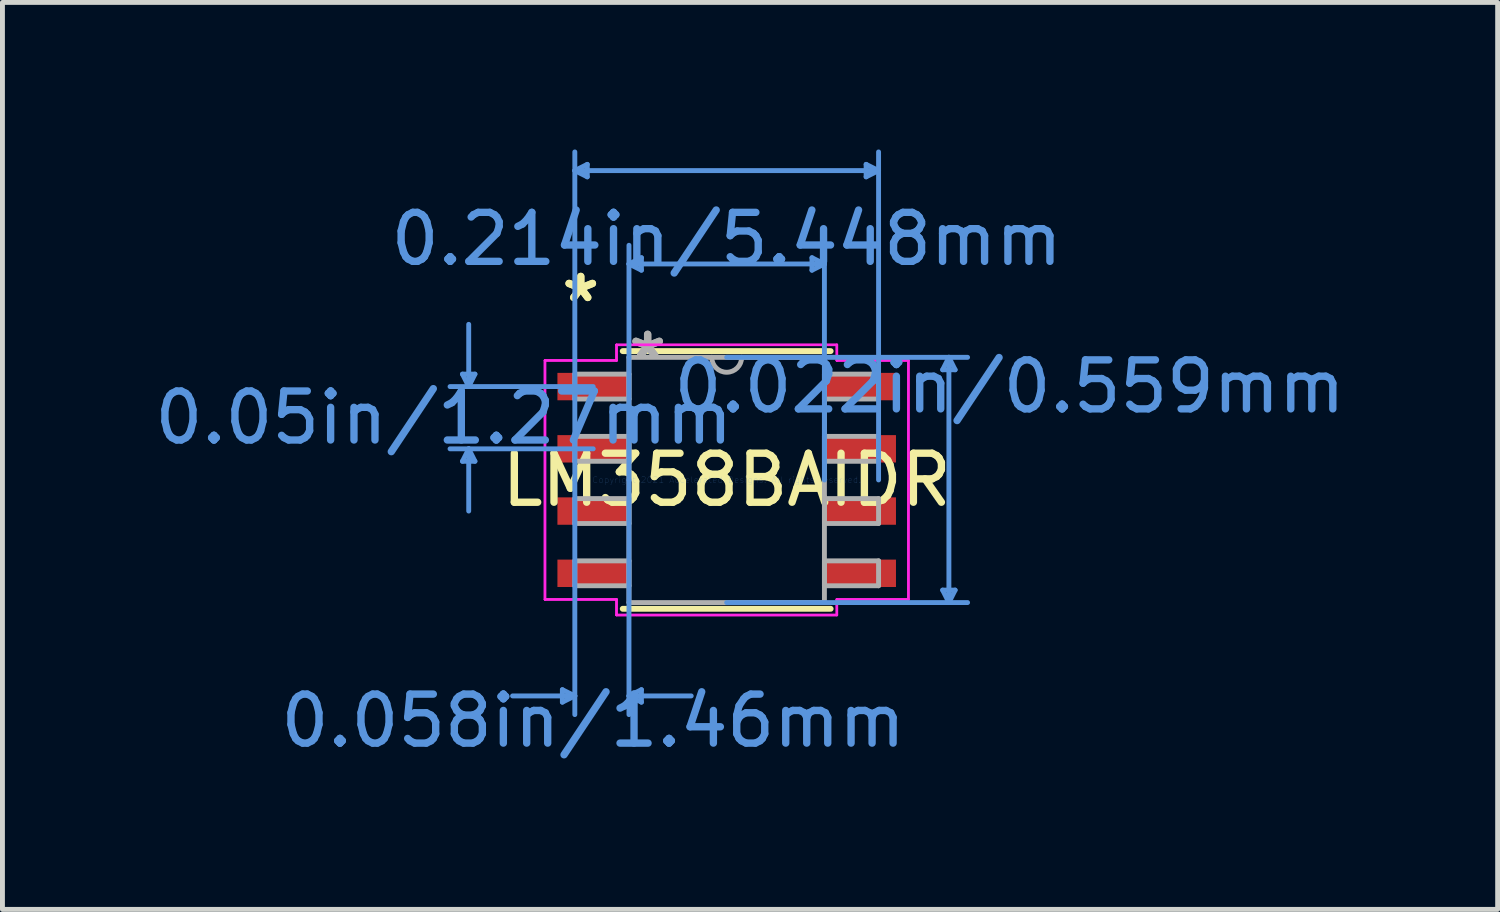
<source format=kicad_pcb>
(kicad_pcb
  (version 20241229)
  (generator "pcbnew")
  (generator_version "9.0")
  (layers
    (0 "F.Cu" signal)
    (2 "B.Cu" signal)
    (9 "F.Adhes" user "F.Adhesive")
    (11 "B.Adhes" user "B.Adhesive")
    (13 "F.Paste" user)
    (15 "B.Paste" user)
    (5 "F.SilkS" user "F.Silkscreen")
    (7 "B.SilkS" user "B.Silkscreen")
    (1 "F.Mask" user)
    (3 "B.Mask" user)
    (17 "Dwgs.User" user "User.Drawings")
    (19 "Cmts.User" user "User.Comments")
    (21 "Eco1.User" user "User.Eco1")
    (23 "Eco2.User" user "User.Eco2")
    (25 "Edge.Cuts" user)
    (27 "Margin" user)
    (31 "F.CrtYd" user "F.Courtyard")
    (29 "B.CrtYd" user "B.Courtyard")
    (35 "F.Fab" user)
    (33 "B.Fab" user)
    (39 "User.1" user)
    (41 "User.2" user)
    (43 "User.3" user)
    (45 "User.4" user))
  (footprint "LM358BAIDR"
    (layer "F.Cu")
    (at 11.778 6.743)
    (property "Reference" "LM358BAIDR" (at 0 0 0) (layer "F.SilkS") (effects (font (size 1 1) (thickness 0.15))))
    (attr through_hole)
    (fp_line (start -2.121 2.629) (end 2.121 2.629) (stroke (width 0.12) (type solid)) (layer "F.SilkS"))
    (fp_line (start 2.121 -2.629) (end -2.121 -2.629) (stroke (width 0.12) (type solid)) (layer "F.SilkS"))
    (fp_line (start -5.391 -2.159) (end -5.137 -2.159) (stroke (width 0.1) (type solid)) (layer "Cmts.User"))
    (fp_line (start -5.391 -0.381) (end -5.137 -0.381) (stroke (width 0.1) (type solid)) (layer "Cmts.User"))
    (fp_line (start -5.264 -1.905) (end -5.391 -2.159) (stroke (width 0.1) (type solid)) (layer "Cmts.User"))
    (fp_line (start -5.264 -1.905) (end -5.264 -3.175) (stroke (width 0.1) (type solid)) (layer "Cmts.User"))
    (fp_line (start -5.264 -1.905) (end -5.137 -2.159) (stroke (width 0.1) (type solid)) (layer "Cmts.User"))
    (fp_line (start -5.264 -0.635) (end -5.391 -0.381) (stroke (width 0.1) (type solid)) (layer "Cmts.User"))
    (fp_line (start -5.264 -0.635) (end -5.264 0.635) (stroke (width 0.1) (type solid)) (layer "Cmts.User"))
    (fp_line (start -5.264 -0.635) (end -5.137 -0.381) (stroke (width 0.1) (type solid)) (layer "Cmts.User"))
    (fp_line (start -3.353 4.28) (end -3.353 4.534) (stroke (width 0.1) (type solid)) (layer "Cmts.User"))
    (fp_line (start -3.099 -6.312) (end -2.845 -6.439) (stroke (width 0.1) (type solid)) (layer "Cmts.User"))
    (fp_line (start -3.099 -6.312) (end -2.845 -6.185) (stroke (width 0.1) (type solid)) (layer "Cmts.User"))
    (fp_line (start -3.099 -6.312) (end 3.099 -6.312) (stroke (width 0.1) (type solid)) (layer "Cmts.User"))
    (fp_line (start -3.099 0) (end -3.099 -6.693) (stroke (width 0.1) (type solid)) (layer "Cmts.User"))
    (fp_line (start -3.099 0) (end -3.099 4.788) (stroke (width 0.1) (type solid)) (layer "Cmts.User"))
    (fp_line (start -3.099 4.407) (end -4.369 4.407) (stroke (width 0.1) (type solid)) (layer "Cmts.User"))
    (fp_line (start -3.099 4.407) (end -3.353 4.28) (stroke (width 0.1) (type solid)) (layer "Cmts.User"))
    (fp_line (start -3.099 4.407) (end -3.353 4.534) (stroke (width 0.1) (type solid)) (layer "Cmts.User"))
    (fp_line (start -2.845 -6.439) (end -2.845 -6.185) (stroke (width 0.1) (type solid)) (layer "Cmts.User"))
    (fp_line (start -2.724 -1.905) (end -5.645 -1.905) (stroke (width 0.1) (type solid)) (layer "Cmts.User"))
    (fp_line (start -2.724 -0.635) (end -5.645 -0.635) (stroke (width 0.1) (type solid)) (layer "Cmts.User"))
    (fp_line (start -1.994 -4.407) (end -1.74 -4.534) (stroke (width 0.1) (type solid)) (layer "Cmts.User"))
    (fp_line (start -1.994 -4.407) (end -1.74 -4.28) (stroke (width 0.1) (type solid)) (layer "Cmts.User"))
    (fp_line (start -1.994 -4.407) (end 1.994 -4.407) (stroke (width 0.1) (type solid)) (layer "Cmts.User"))
    (fp_line (start -1.994 0) (end -1.994 -4.788) (stroke (width 0.1) (type solid)) (layer "Cmts.User"))
    (fp_line (start -1.994 0) (end -1.994 4.788) (stroke (width 0.1) (type solid)) (layer "Cmts.User"))
    (fp_line (start -1.994 4.407) (end -1.74 4.28) (stroke (width 0.1) (type solid)) (layer "Cmts.User"))
    (fp_line (start -1.994 4.407) (end -1.74 4.534) (stroke (width 0.1) (type solid)) (layer "Cmts.User"))
    (fp_line (start -1.994 4.407) (end -0.724 4.407) (stroke (width 0.1) (type solid)) (layer "Cmts.User"))
    (fp_line (start -1.74 -4.534) (end -1.74 -4.28) (stroke (width 0.1) (type solid)) (layer "Cmts.User"))
    (fp_line (start -1.74 4.28) (end -1.74 4.534) (stroke (width 0.1) (type solid)) (layer "Cmts.User"))
    (fp_line (start 0 -2.502) (end 4.915 -2.502) (stroke (width 0.1) (type solid)) (layer "Cmts.User"))
    (fp_line (start 0 2.502) (end 4.915 2.502) (stroke (width 0.1) (type solid)) (layer "Cmts.User"))
    (fp_line (start 1.74 -4.534) (end 1.74 -4.28) (stroke (width 0.1) (type solid)) (layer "Cmts.User"))
    (fp_line (start 1.994 -4.407) (end 1.74 -4.534) (stroke (width 0.1) (type solid)) (layer "Cmts.User"))
    (fp_line (start 1.994 -4.407) (end 1.74 -4.28) (stroke (width 0.1) (type solid)) (layer "Cmts.User"))
    (fp_line (start 1.994 0) (end 1.994 -4.788) (stroke (width 0.1) (type solid)) (layer "Cmts.User"))
    (fp_line (start 2.845 -6.439) (end 2.845 -6.185) (stroke (width 0.1) (type solid)) (layer "Cmts.User"))
    (fp_line (start 3.099 -6.312) (end 2.845 -6.439) (stroke (width 0.1) (type solid)) (layer "Cmts.User"))
    (fp_line (start 3.099 -6.312) (end 2.845 -6.185) (stroke (width 0.1) (type solid)) (layer "Cmts.User"))
    (fp_line (start 3.099 0) (end 3.099 -6.693) (stroke (width 0.1) (type solid)) (layer "Cmts.User"))
    (fp_line (start 4.407 -2.248) (end 4.661 -2.248) (stroke (width 0.1) (type solid)) (layer "Cmts.User"))
    (fp_line (start 4.407 2.248) (end 4.661 2.248) (stroke (width 0.1) (type solid)) (layer "Cmts.User"))
    (fp_line (start 4.534 -2.502) (end 4.407 -2.248) (stroke (width 0.1) (type solid)) (layer "Cmts.User"))
    (fp_line (start 4.534 -2.502) (end 4.534 2.502) (stroke (width 0.1) (type solid)) (layer "Cmts.User"))
    (fp_line (start 4.534 -2.502) (end 4.661 -2.248) (stroke (width 0.1) (type solid)) (layer "Cmts.User"))
    (fp_line (start 4.534 2.502) (end 4.407 2.248) (stroke (width 0.1) (type solid)) (layer "Cmts.User"))
    (fp_line (start 4.534 2.502) (end 4.661 2.248) (stroke (width 0.1) (type solid)) (layer "Cmts.User"))
    (fp_line (start -3.708 -2.438) (end -2.248 -2.438) (stroke (width 0.05) (type solid)) (layer "F.CrtYd"))
    (fp_line (start -3.708 -2.438) (end -2.248 -2.438) (stroke (width 0.05) (type solid)) (layer "F.CrtYd"))
    (fp_line (start -3.708 2.438) (end -3.708 -2.438) (stroke (width 0.05) (type solid)) (layer "F.CrtYd"))
    (fp_line (start -3.708 2.438) (end -3.708 -2.438) (stroke (width 0.05) (type solid)) (layer "F.CrtYd"))
    (fp_line (start -3.708 2.438) (end -2.248 2.438) (stroke (width 0.05) (type solid)) (layer "F.CrtYd"))
    (fp_line (start -2.248 -2.756) (end 2.248 -2.756) (stroke (width 0.05) (type solid)) (layer "F.CrtYd"))
    (fp_line (start -2.248 -2.756) (end 2.248 -2.756) (stroke (width 0.05) (type solid)) (layer "F.CrtYd"))
    (fp_line (start -2.248 -2.438) (end -2.248 -2.756) (stroke (width 0.05) (type solid)) (layer "F.CrtYd"))
    (fp_line (start -2.248 -2.438) (end -2.248 -2.756) (stroke (width 0.05) (type solid)) (layer "F.CrtYd"))
    (fp_line (start -2.248 2.438) (end -3.708 2.438) (stroke (width 0.05) (type solid)) (layer "F.CrtYd"))
    (fp_line (start -2.248 2.756) (end -2.248 2.438) (stroke (width 0.05) (type solid)) (layer "F.CrtYd"))
    (fp_line (start -2.248 2.756) (end -2.248 2.438) (stroke (width 0.05) (type solid)) (layer "F.CrtYd"))
    (fp_line (start 2.248 -2.756) (end 2.248 -2.438) (stroke (width 0.05) (type solid)) (layer "F.CrtYd"))
    (fp_line (start 2.248 -2.756) (end 2.248 -2.438) (stroke (width 0.05) (type solid)) (layer "F.CrtYd"))
    (fp_line (start 2.248 -2.438) (end 3.708 -2.438) (stroke (width 0.05) (type solid)) (layer "F.CrtYd"))
    (fp_line (start 2.248 2.438) (end 2.248 2.756) (stroke (width 0.05) (type solid)) (layer "F.CrtYd"))
    (fp_line (start 2.248 2.438) (end 2.248 2.756) (stroke (width 0.05) (type solid)) (layer "F.CrtYd"))
    (fp_line (start 2.248 2.756) (end -2.248 2.756) (stroke (width 0.05) (type solid)) (layer "F.CrtYd"))
    (fp_line (start 2.248 2.756) (end -2.248 2.756) (stroke (width 0.05) (type solid)) (layer "F.CrtYd"))
    (fp_line (start 3.708 -2.438) (end 2.248 -2.438) (stroke (width 0.05) (type solid)) (layer "F.CrtYd"))
    (fp_line (start 3.708 -2.438) (end 3.708 2.438) (stroke (width 0.05) (type solid)) (layer "F.CrtYd"))
    (fp_line (start 3.708 -2.438) (end 3.708 2.438) (stroke (width 0.05) (type solid)) (layer "F.CrtYd"))
    (fp_line (start 3.708 2.438) (end 2.248 2.438) (stroke (width 0.05) (type solid)) (layer "F.CrtYd"))
    (fp_line (start 3.708 2.438) (end 2.248 2.438) (stroke (width 0.05) (type solid)) (layer "F.CrtYd"))
    (fp_line (start -3.099 -2.159) (end -3.099 -1.651) (stroke (width 0.1) (type solid)) (layer "F.Fab"))
    (fp_line (start -3.099 -1.651) (end -1.994 -1.651) (stroke (width 0.1) (type solid)) (layer "F.Fab"))
    (fp_line (start -3.099 -0.889) (end -3.099 -0.381) (stroke (width 0.1) (type solid)) (layer "F.Fab"))
    (fp_line (start -3.099 -0.381) (end -1.994 -0.381) (stroke (width 0.1) (type solid)) (layer "F.Fab"))
    (fp_line (start -3.099 0.381) (end -3.099 0.889) (stroke (width 0.1) (type solid)) (layer "F.Fab"))
    (fp_line (start -3.099 0.889) (end -1.994 0.889) (stroke (width 0.1) (type solid)) (layer "F.Fab"))
    (fp_line (start -3.099 1.651) (end -3.099 2.159) (stroke (width 0.1) (type solid)) (layer "F.Fab"))
    (fp_line (start -3.099 2.159) (end -1.994 2.159) (stroke (width 0.1) (type solid)) (layer "F.Fab"))
    (fp_line (start -1.994 -2.502) (end -1.994 2.502) (stroke (width 0.1) (type solid)) (layer "F.Fab"))
    (fp_line (start -1.994 -2.159) (end -3.099 -2.159) (stroke (width 0.1) (type solid)) (layer "F.Fab"))
    (fp_line (start -1.994 -1.651) (end -1.994 -2.159) (stroke (width 0.1) (type solid)) (layer "F.Fab"))
    (fp_line (start -1.994 -0.889) (end -3.099 -0.889) (stroke (width 0.1) (type solid)) (layer "F.Fab"))
    (fp_line (start -1.994 -0.381) (end -1.994 -0.889) (stroke (width 0.1) (type solid)) (layer "F.Fab"))
    (fp_line (start -1.994 0.381) (end -3.099 0.381) (stroke (width 0.1) (type solid)) (layer "F.Fab"))
    (fp_line (start -1.994 0.889) (end -1.994 0.381) (stroke (width 0.1) (type solid)) (layer "F.Fab"))
    (fp_line (start -1.994 1.651) (end -3.099 1.651) (stroke (width 0.1) (type solid)) (layer "F.Fab"))
    (fp_line (start -1.994 2.159) (end -1.994 1.651) (stroke (width 0.1) (type solid)) (layer "F.Fab"))
    (fp_line (start -1.994 2.502) (end 1.994 2.502) (stroke (width 0.1) (type solid)) (layer "F.Fab"))
    (fp_line (start 1.994 -2.502) (end -1.994 -2.502) (stroke (width 0.1) (type solid)) (layer "F.Fab"))
    (fp_line (start 1.994 -2.159) (end 1.994 -1.651) (stroke (width 0.1) (type solid)) (layer "F.Fab"))
    (fp_line (start 1.994 -1.651) (end 3.099 -1.651) (stroke (width 0.1) (type solid)) (layer "F.Fab"))
    (fp_line (start 1.994 -0.889) (end 1.994 -0.381) (stroke (width 0.1) (type solid)) (layer "F.Fab"))
    (fp_line (start 1.994 -0.381) (end 3.099 -0.381) (stroke (width 0.1) (type solid)) (layer "F.Fab"))
    (fp_line (start 1.994 0.381) (end 1.994 0.889) (stroke (width 0.1) (type solid)) (layer "F.Fab"))
    (fp_line (start 1.994 0.889) (end 3.099 0.889) (stroke (width 0.1) (type solid)) (layer "F.Fab"))
    (fp_line (start 1.994 1.651) (end 1.994 2.159) (stroke (width 0.1) (type solid)) (layer "F.Fab"))
    (fp_line (start 1.994 2.159) (end 3.099 2.159) (stroke (width 0.1) (type solid)) (layer "F.Fab"))
    (fp_line (start 1.994 2.502) (end 1.994 -2.502) (stroke (width 0.1) (type solid)) (layer "F.Fab"))
    (fp_line (start 3.099 -2.159) (end 1.994 -2.159) (stroke (width 0.1) (type solid)) (layer "F.Fab"))
    (fp_line (start 3.099 -1.651) (end 3.099 -2.159) (stroke (width 0.1) (type solid)) (layer "F.Fab"))
    (fp_line (start 3.099 -0.889) (end 1.994 -0.889) (stroke (width 0.1) (type solid)) (layer "F.Fab"))
    (fp_line (start 3.099 -0.381) (end 3.099 -0.889) (stroke (width 0.1) (type solid)) (layer "F.Fab"))
    (fp_line (start 3.099 0.381) (end 1.994 0.381) (stroke (width 0.1) (type solid)) (layer "F.Fab"))
    (fp_line (start 3.099 0.889) (end 3.099 0.381) (stroke (width 0.1) (type solid)) (layer "F.Fab"))
    (fp_line (start 3.099 1.651) (end 1.994 1.651) (stroke (width 0.1) (type solid)) (layer "F.Fab"))
    (fp_line (start 3.099 2.159) (end 3.099 1.651) (stroke (width 0.1) (type solid)) (layer "F.Fab"))
    (fp_arc (start 0.3048 -2.5019) (mid 0 -2.1971) (end -0.3048 -2.5019) (stroke (width 0.1) (type solid)) (layer "F.Fab"))
    (fp_text user "*" (at -2.978 -3.607 0) (layer "F.SilkS") (effects (font (size 1 1) (thickness 0.15))))
    (fp_text user "*" (at -2.978 -3.607 0) (layer "F.SilkS") (effects (font (size 1 1) (thickness 0.15))))
    (fp_text user "0.058in/1.46mm" (at -2.724 4.915 0) (layer "Cmts.User") (effects (font (size 1 1) (thickness 0.15))))
    (fp_text user "Copyright 2021 Accelerated Designs. All rights reserved." (at 0 0 0) (layer "Cmts.User") (effects (font (size 0.127 0.127) (thickness 0.002))))
    (fp_text user "0.214in/5.448mm" (at 0 -4.915 0) (layer "Cmts.User") (effects (font (size 1 1) (thickness 0.15))))
    (fp_text user "0.05in/1.27mm" (at -5.772 -1.27 0) (layer "Cmts.User") (effects (font (size 1 1) (thickness 0.15))))
    (fp_text user "0.022in/0.559mm" (at 5.772 -1.905 0) (layer "Cmts.User") (effects (font (size 1 1) (thickness 0.15))))
    (fp_text user "*" (at -1.613 -2.426 0) (layer "F.Fab") (effects (font (size 1 1) (thickness 0.15))))
    (fp_text user "*" (at -1.613 -2.426 0) (layer "F.Fab") (effects (font (size 1 1) (thickness 0.15))))
    (pad "1" smd rect (at -2.724 -1.905) (size 1.46 0.559) (layers "F.Cu" "F.Mask" "F.Paste"))
    (pad "2" smd rect (at -2.724 -0.635) (size 1.46 0.559) (layers "F.Cu" "F.Mask" "F.Paste"))
    (pad "3" smd rect (at -2.724 0.635) (size 1.46 0.559) (layers "F.Cu" "F.Mask" "F.Paste"))
    (pad "4" smd rect (at -2.724 1.905) (size 1.46 0.559) (layers "F.Cu" "F.Mask" "F.Paste"))
    (pad "5" smd rect (at 2.724 1.905) (size 1.46 0.559) (layers "F.Cu" "F.Mask" "F.Paste"))
    (pad "6" smd rect (at 2.724 0.635) (size 1.46 0.559) (layers "F.Cu" "F.Mask" "F.Paste"))
    (pad "7" smd rect (at 2.724 -0.635) (size 1.46 0.559) (layers "F.Cu" "F.Mask" "F.Paste"))
    (pad "8" smd rect (at 2.724 -1.905) (size 1.46 0.559) (layers "F.Cu" "F.Mask" "F.Paste")))
  (gr_rect
    (start -3 -3)
    (end 27.509 15.506)
    (stroke (width 0.1) (type default))
    (fill no)
    (layer "Edge.Cuts")))
</source>
